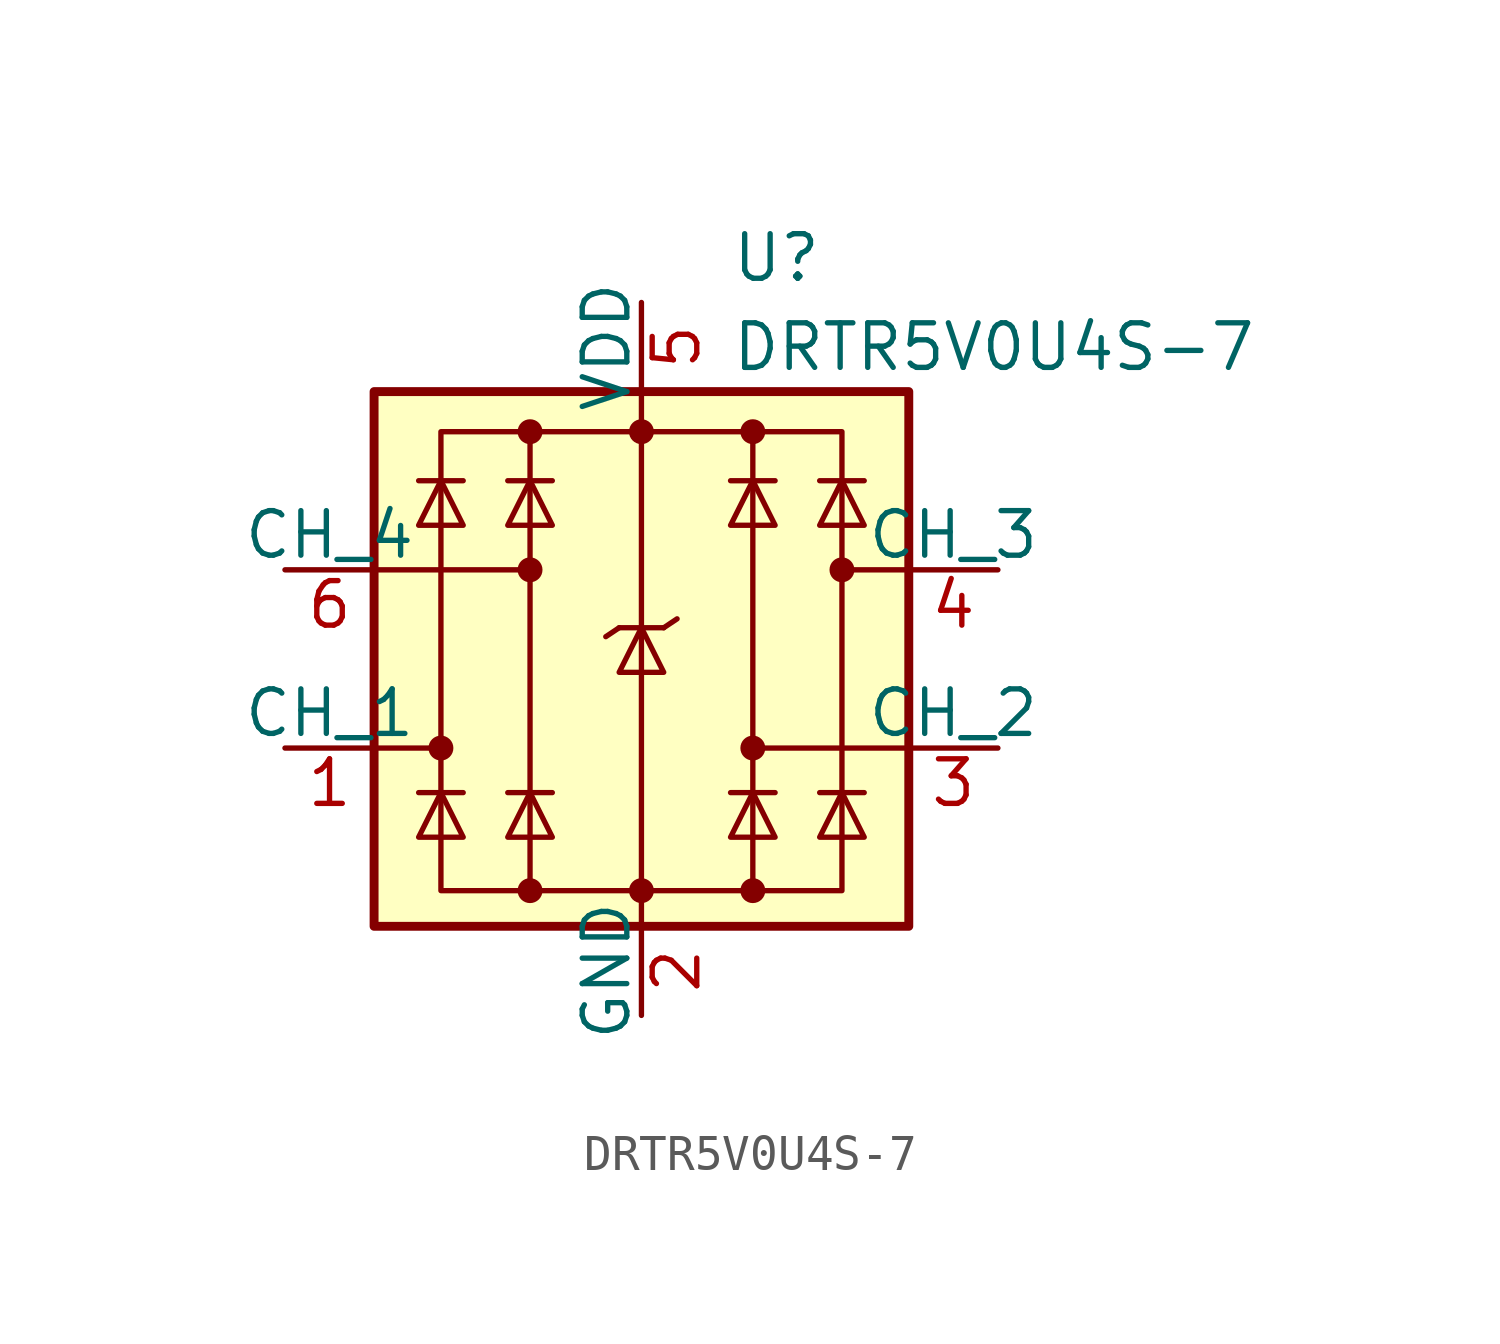
<source format=kicad_sym>
(kicad_symbol_lib
  (version 20211014)
  (generator kicad_symbol_editor)
  (symbol "DRTR5V0U4S-7"
    (pin_names
      (offset 0))
    (property "Reference" "U"
      (at 2.54 11.43 0)
      (effects (font (size 1.27 1.27)) (justify left)))
    (property "Value" "DRTR5V0U4S-7"
      (at 2.54 8.89 0)
      (effects (font (size 1.27 1.27)) (justify left)))
    (symbol "DRTR5V0U4S-7_0_0"
      (rectangle (start -5.715 6.477) (end 5.715 -6.604) (stroke (width 0) (type default) (color 0 0 0 0)) (fill (type none)))
      (polyline (pts (xy -3.175 -6.604) (xy -3.175 6.477)) (stroke (width 0) (type default) (color 0 0 0 0)) (fill (type none)))
      (polyline (pts (xy 0 6.477) (xy 0 -6.604)) (stroke (width 0) (type default) (color 0 0 0 0)) (fill (type none)))
      (polyline (pts (xy 3.175 6.477) (xy 3.175 -6.604)) (stroke (width 0) (type default) (color 0 0 0 0)) (fill (type none))))
    (symbol "DRTR5V0U4S-7_0_1"
      (rectangle (start -7.62 7.62) (end 7.62 -7.62) (stroke (width 0.254) (type default) (color 0 0 0 0)) (fill (type background)))
      (circle (center -5.715 -2.54) (radius 0.279) (stroke (width 0) (type default) (color 0 0 0 0)) (fill (type outline)))
      (circle (center -3.175 -6.604) (radius 0.279) (stroke (width 0) (type default) (color 0 0 0 0)) (fill (type outline)))
      (circle (center -3.175 2.54) (radius 0.279) (stroke (width 0) (type default) (color 0 0 0 0)) (fill (type outline)))
      (circle (center -3.175 6.477) (radius 0.279) (stroke (width 0) (type default) (color 0 0 0 0)) (fill (type outline)))
      (circle (center 0 -6.604) (radius 0.279) (stroke (width 0) (type default) (color 0 0 0 0)) (fill (type outline)))
      (polyline (pts (xy -7.62 -2.54) (xy -5.715 -2.54)) (stroke (width 0) (type default) (color 0 0 0 0)) (fill (type none)))
      (polyline (pts (xy -7.62 2.54) (xy -3.175 2.54)) (stroke (width 0) (type default) (color 0 0 0 0)) (fill (type none)))
      (polyline (pts (xy -5.08 -3.81) (xy -6.35 -3.81)) (stroke (width 0) (type default) (color 0 0 0 0)) (fill (type none)))
      (polyline (pts (xy -5.08 5.08) (xy -6.35 5.08)) (stroke (width 0) (type default) (color 0 0 0 0)) (fill (type none)))
      (polyline (pts (xy -2.54 -3.81) (xy -3.81 -3.81)) (stroke (width 0) (type default) (color 0 0 0 0)) (fill (type none)))
      (polyline (pts (xy -2.54 5.08) (xy -3.81 5.08)) (stroke (width 0) (type default) (color 0 0 0 0)) (fill (type none)))
      (polyline (pts (xy -0.635 0.889) (xy -1.016 0.635)) (stroke (width 0) (type default) (color 0 0 0 0)) (fill (type none)))
      (polyline (pts (xy 0 -6.604) (xy 0 -7.62)) (stroke (width 0) (type default) (color 0 0 0 0)) (fill (type none)))
      (polyline (pts (xy 0 6.35) (xy 0 7.62)) (stroke (width 0) (type default) (color 0 0 0 0)) (fill (type none)))
      (polyline (pts (xy 0.635 0.889) (xy -0.635 0.889)) (stroke (width 0) (type default) (color 0 0 0 0)) (fill (type none)))
      (polyline (pts (xy 0.635 0.889) (xy 1.016 1.143)) (stroke (width 0) (type default) (color 0 0 0 0)) (fill (type none)))
      (polyline (pts (xy 3.81 -3.81) (xy 2.54 -3.81)) (stroke (width 0) (type default) (color 0 0 0 0)) (fill (type none)))
      (polyline (pts (xy 3.81 5.08) (xy 2.54 5.08)) (stroke (width 0) (type default) (color 0 0 0 0)) (fill (type none)))
      (polyline (pts (xy 6.35 -3.81) (xy 5.08 -3.81)) (stroke (width 0) (type default) (color 0 0 0 0)) (fill (type none)))
      (polyline (pts (xy 6.35 5.08) (xy 5.08 5.08)) (stroke (width 0) (type default) (color 0 0 0 0)) (fill (type none)))
      (polyline (pts (xy 7.62 -2.54) (xy 3.175 -2.54)) (stroke (width 0) (type default) (color 0 0 0 0)) (fill (type none)))
      (polyline (pts (xy 7.62 2.54) (xy 5.715 2.54)) (stroke (width 0) (type default) (color 0 0 0 0)) (fill (type none)))
      (polyline (pts (xy -5.08 -5.08) (xy -6.35 -5.08) (xy -5.715 -3.81) (xy -5.08 -5.08)) (stroke (width 0) (type default) (color 0 0 0 0)) (fill (type none)))
      (polyline (pts (xy -5.08 3.81) (xy -6.35 3.81) (xy -5.715 5.08) (xy -5.08 3.81)) (stroke (width 0) (type default) (color 0 0 0 0)) (fill (type none)))
      (polyline (pts (xy -2.54 -5.08) (xy -3.81 -5.08) (xy -3.175 -3.81) (xy -2.54 -5.08)) (stroke (width 0) (type default) (color 0 0 0 0)) (fill (type none)))
      (polyline (pts (xy -2.54 3.81) (xy -3.81 3.81) (xy -3.175 5.08) (xy -2.54 3.81)) (stroke (width 0) (type default) (color 0 0 0 0)) (fill (type none)))
      (polyline (pts (xy 0.635 -0.381) (xy -0.635 -0.381) (xy 0 0.889) (xy 0.635 -0.381)) (stroke (width 0) (type default) (color 0 0 0 0)) (fill (type none)))
      (polyline (pts (xy 3.81 -5.08) (xy 2.54 -5.08) (xy 3.175 -3.81) (xy 3.81 -5.08)) (stroke (width 0) (type default) (color 0 0 0 0)) (fill (type none)))
      (polyline (pts (xy 3.81 3.81) (xy 2.54 3.81) (xy 3.175 5.08) (xy 3.81 3.81)) (stroke (width 0) (type default) (color 0 0 0 0)) (fill (type none)))
      (polyline (pts (xy 6.35 -5.08) (xy 5.08 -5.08) (xy 5.715 -3.81) (xy 6.35 -5.08)) (stroke (width 0) (type default) (color 0 0 0 0)) (fill (type none)))
      (polyline (pts (xy 6.35 3.81) (xy 5.08 3.81) (xy 5.715 5.08) (xy 6.35 3.81)) (stroke (width 0) (type default) (color 0 0 0 0)) (fill (type none)))
      (circle (center 0 6.477) (radius 0.279) (stroke (width 0) (type default) (color 0 0 0 0)) (fill (type outline)))
      (circle (center 3.175 -6.604) (radius 0.279) (stroke (width 0) (type default) (color 0 0 0 0)) (fill (type outline)))
      (circle (center 3.175 -2.54) (radius 0.279) (stroke (width 0) (type default) (color 0 0 0 0)) (fill (type outline)))
      (circle (center 3.175 6.477) (radius 0.279) (stroke (width 0) (type default) (color 0 0 0 0)) (fill (type outline)))
      (circle (center 5.715 2.54) (radius 0.279) (stroke (width 0) (type default) (color 0 0 0 0)) (fill (type outline))))
    (symbol "DRTR5V0U4S-7_1_1"
      (pin passive line (at -10.16 -2.54 0) (length 2.54) (name "CH_1" (effects (font (size 1.27 1.27)))) (number "1" (effects (font (size 1.27 1.27)))))
      (pin power_in line (at 0 -10.16 90) (length 2.54) (name "GND" (effects (font (size 1.27 1.27)))) (number "2" (effects (font (size 1.27 1.27)))))
      (pin passive line (at 10.16 -2.54 180) (length 2.54) (name "CH_2" (effects (font (size 1.27 1.27)))) (number "3" (effects (font (size 1.27 1.27)))))
      (pin passive line (at 10.16 2.54 180) (length 2.54) (name "CH_3" (effects (font (size 1.27 1.27)))) (number "4" (effects (font (size 1.27 1.27)))))
      (pin power_in line (at 0 10.16 270) (length 2.54) (name "VDD" (effects (font (size 1.27 1.27)))) (number "5" (effects (font (size 1.27 1.27)))))
      (pin passive line (at -10.16 2.54 0) (length 2.54) (name "CH_4" (effects (font (size 1.27 1.27)))) (number "6" (effects (font (size 1.27 1.27))))))))
</source>
